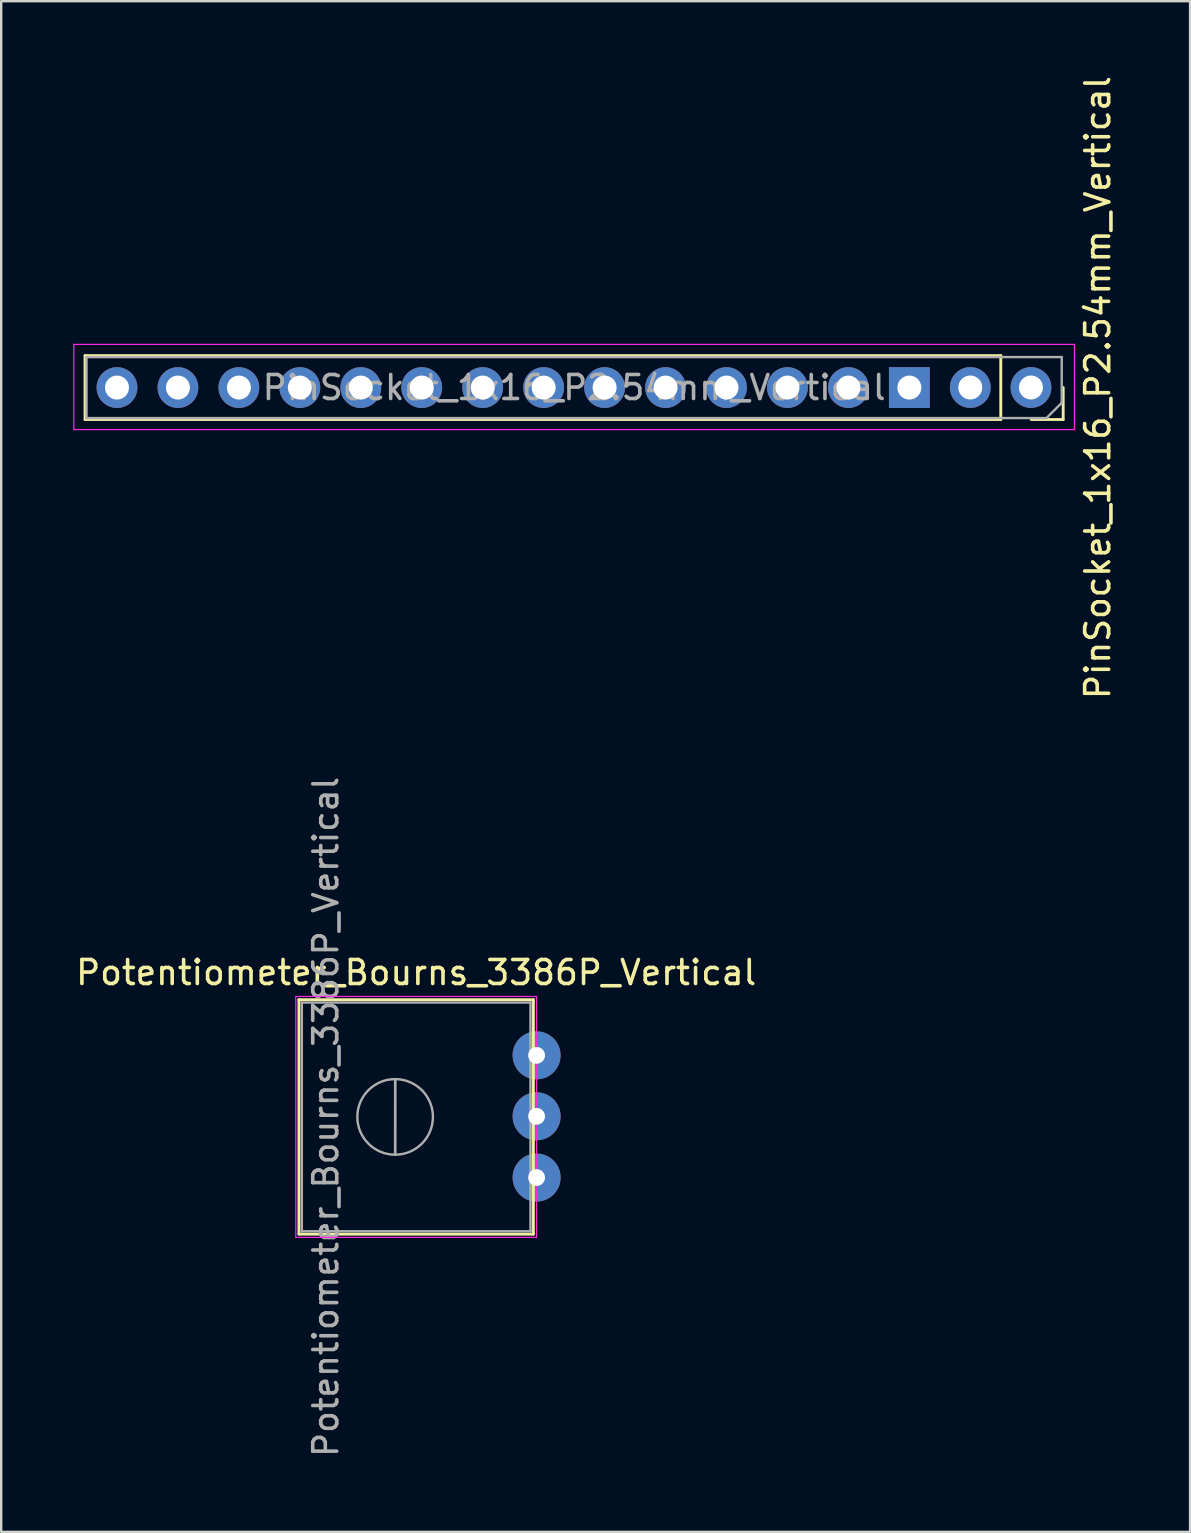
<source format=kicad_pcb>
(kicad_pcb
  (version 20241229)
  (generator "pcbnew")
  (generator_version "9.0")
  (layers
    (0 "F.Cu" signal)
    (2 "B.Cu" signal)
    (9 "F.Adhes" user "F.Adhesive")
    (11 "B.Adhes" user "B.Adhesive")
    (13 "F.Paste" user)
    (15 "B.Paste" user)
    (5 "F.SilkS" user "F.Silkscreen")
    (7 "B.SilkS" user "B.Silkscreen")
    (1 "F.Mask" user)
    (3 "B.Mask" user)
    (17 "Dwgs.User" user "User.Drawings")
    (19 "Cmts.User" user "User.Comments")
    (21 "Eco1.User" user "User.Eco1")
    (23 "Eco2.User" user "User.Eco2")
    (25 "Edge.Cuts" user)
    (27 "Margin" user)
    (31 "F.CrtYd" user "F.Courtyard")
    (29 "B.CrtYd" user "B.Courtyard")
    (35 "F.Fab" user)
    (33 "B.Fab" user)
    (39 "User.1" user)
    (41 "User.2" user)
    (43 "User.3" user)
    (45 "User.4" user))
  (footprint "PinSocket_1x16_P2.54mm_Vertical"
    (layer "F.Cu")
    (at 20.849 12.996)
    (property "Reference" "PinSocket_1x16_P2.54mm_Vertical" (at 21.846 0.105 270) (layer "F.SilkS") (effects (font (size 1 1) (thickness 0.15))))
    (attr through_hole)
    (fp_line (start -20.354 -1.225) (end -20.354 1.435) (stroke (width 0.12) (type solid)) (layer "F.SilkS"))
    (fp_line (start 17.806 -1.225) (end -20.354 -1.225) (stroke (width 0.12) (type solid)) (layer "F.SilkS"))
    (fp_line (start 17.806 -1.225) (end 17.806 1.435) (stroke (width 0.12) (type solid)) (layer "F.SilkS"))
    (fp_line (start 17.806 1.435) (end -20.354 1.435) (stroke (width 0.12) (type solid)) (layer "F.SilkS"))
    (fp_line (start 20.406 0.105) (end 20.406 1.435) (stroke (width 0.12) (type solid)) (layer "F.SilkS"))
    (fp_line (start 20.406 1.435) (end 19.076 1.435) (stroke (width 0.12) (type solid)) (layer "F.SilkS"))
    (fp_line (start -20.824 -1.695) (end 20.876 -1.695) (stroke (width 0.05) (type solid)) (layer "F.CrtYd"))
    (fp_line (start -20.824 1.855) (end -20.824 -1.695) (stroke (width 0.05) (type solid)) (layer "F.CrtYd"))
    (fp_line (start 20.876 -1.695) (end 20.876 1.855) (stroke (width 0.05) (type solid)) (layer "F.CrtYd"))
    (fp_line (start 20.876 1.855) (end -20.824 1.855) (stroke (width 0.05) (type solid)) (layer "F.CrtYd"))
    (fp_line (start -20.294 -1.165) (end 20.346 -1.165) (stroke (width 0.1) (type solid)) (layer "F.Fab"))
    (fp_line (start -20.294 1.375) (end -20.294 -1.165) (stroke (width 0.1) (type solid)) (layer "F.Fab"))
    (fp_line (start 19.711 1.375) (end -20.294 1.375) (stroke (width 0.1) (type solid)) (layer "F.Fab"))
    (fp_line (start 20.346 -1.165) (end 20.346 0.74) (stroke (width 0.1) (type solid)) (layer "F.Fab"))
    (fp_line (start 20.346 0.74) (end 19.711 1.375) (stroke (width 0.1) (type solid)) (layer "F.Fab"))
    (fp_text user "${REFERENCE}" (at 0.026 0.105 0) (layer "F.Fab") (effects (font (size 1 1) (thickness 0.15))))
    (pad "1" thru_hole rect (at 13.996 0.105 270) (size 1.7 1.7) (drill 1) (layers "*.Cu" "*.Mask"))
    (pad "2" thru_hole oval (at 11.456 0.105 270) (size 1.7 1.7) (drill 1) (layers "*.Cu" "*.Mask"))
    (pad "3" thru_hole oval (at 8.916 0.105 270) (size 1.7 1.7) (drill 1) (layers "*.Cu" "*.Mask"))
    (pad "4" thru_hole oval (at 6.376 0.105 270) (size 1.7 1.7) (drill 1) (layers "*.Cu" "*.Mask"))
    (pad "5" thru_hole oval (at 3.836 0.105 270) (size 1.7 1.7) (drill 1) (layers "*.Cu" "*.Mask"))
    (pad "6" thru_hole oval (at 1.296 0.105 270) (size 1.7 1.7) (drill 1) (layers "*.Cu" "*.Mask"))
    (pad "7" thru_hole oval (at -1.244 0.105 270) (size 1.7 1.7) (drill 1) (layers "*.Cu" "*.Mask"))
    (pad "8" thru_hole oval (at -3.784 0.105 270) (size 1.7 1.7) (drill 1) (layers "*.Cu" "*.Mask"))
    (pad "9" thru_hole oval (at -6.324 0.105 270) (size 1.7 1.7) (drill 1) (layers "*.Cu" "*.Mask"))
    (pad "10" thru_hole oval (at -8.864 0.105 270) (size 1.7 1.7) (drill 1) (layers "*.Cu" "*.Mask"))
    (pad "11" thru_hole oval (at -11.404 0.105 270) (size 1.7 1.7) (drill 1) (layers "*.Cu" "*.Mask"))
    (pad "12" thru_hole oval (at -13.944 0.105 270) (size 1.7 1.7) (drill 1) (layers "*.Cu" "*.Mask"))
    (pad "13" thru_hole oval (at -16.484 0.105 270) (size 1.7 1.7) (drill 1) (layers "*.Cu" "*.Mask"))
    (pad "14" thru_hole oval (at -19.024 0.105 270) (size 1.7 1.7) (drill 1) (layers "*.Cu" "*.Mask"))
    (pad "15" thru_hole oval (at 19.063 0.102 270) (size 1.7 1.7) (drill 1) (layers "*.Cu" "*.Mask"))
    (pad "16" thru_hole oval (at 16.535 0.102 270) (size 1.7 1.7) (drill 1) (layers "*.Cu" "*.Mask")))
  (footprint "Potentiometer_Bourns_3386P_Vertical"
    (layer "F.Cu")
    (at 14.307 46.034)
    (property "Reference" "Potentiometer_Bourns_3386P_Vertical" (at -0.015 -8.555 0) (layer "F.SilkS") (effects (font (size 1 1) (thickness 0.15))))
    (attr through_hole)
    (fp_line (start -4.9 -7.425) (end -4.9 2.345) (stroke (width 0.12) (type solid)) (layer "F.SilkS"))
    (fp_line (start -4.9 -7.425) (end 4.87 -7.425) (stroke (width 0.12) (type solid)) (layer "F.SilkS"))
    (fp_line (start -4.9 2.345) (end 4.87 2.345) (stroke (width 0.12) (type solid)) (layer "F.SilkS"))
    (fp_line (start 4.87 -7.425) (end 4.87 2.345) (stroke (width 0.12) (type solid)) (layer "F.SilkS"))
    (fp_line (start -5.03 -7.56) (end -5.03 2.48) (stroke (width 0.05) (type solid)) (layer "F.CrtYd"))
    (fp_line (start -5.03 2.48) (end 5 2.48) (stroke (width 0.05) (type solid)) (layer "F.CrtYd"))
    (fp_line (start 5 -7.56) (end -5.03 -7.56) (stroke (width 0.05) (type solid)) (layer "F.CrtYd"))
    (fp_line (start 5 2.48) (end 5 -7.56) (stroke (width 0.05) (type solid)) (layer "F.CrtYd"))
    (fp_line (start -4.78 -7.305) (end -4.78 2.225) (stroke (width 0.1) (type solid)) (layer "F.Fab"))
    (fp_line (start -4.78 2.225) (end 4.75 2.225) (stroke (width 0.1) (type solid)) (layer "F.Fab"))
    (fp_line (start -0.891 -0.98) (end -0.89 -4.099) (stroke (width 0.1) (type solid)) (layer "F.Fab"))
    (fp_line (start -0.891 -0.98) (end -0.89 -4.099) (stroke (width 0.1) (type solid)) (layer "F.Fab"))
    (fp_line (start 4.75 -7.305) (end -4.78 -7.305) (stroke (width 0.1) (type solid)) (layer "F.Fab"))
    (fp_line (start 4.75 2.225) (end 4.75 -7.305) (stroke (width 0.1) (type solid)) (layer "F.Fab"))
    (fp_circle (center -0.891 -2.54) (end 0.684 -2.54) (stroke (width 0.1) (type solid)) (fill no) (layer "F.Fab"))
    (fp_text user "${REFERENCE}" (at -3.78 -2.54 90) (layer "F.Fab") (effects (font (size 1 1) (thickness 0.15))))
    (pad "1" thru_hole circle (at 5.004 -0.013) (size 2 2) (drill 0.7) (layers "*.Cu" "*.Mask"))
    (pad "2" thru_hole circle (at 5.004 -2.565) (size 2 2) (drill 0.7) (layers "*.Cu" "*.Mask"))
    (pad "3" thru_hole circle (at 5.004 -5.105) (size 2 2) (drill 0.7) (layers "*.Cu" "*.Mask")))
  (gr_rect
    (start -3 -3)
    (end 46.543 60.786)
    (stroke (width 0.1) (type default))
    (fill no)
    (layer "Edge.Cuts")))
</source>
